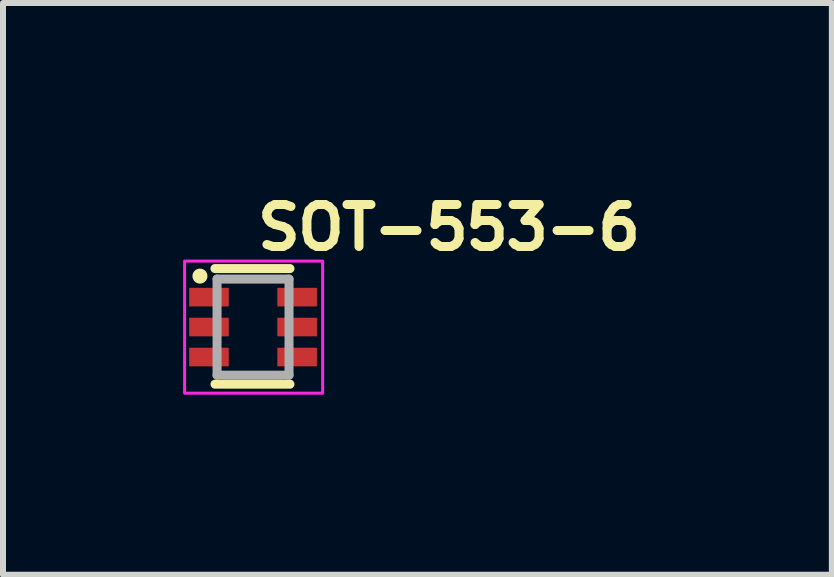
<source format=kicad_pcb>
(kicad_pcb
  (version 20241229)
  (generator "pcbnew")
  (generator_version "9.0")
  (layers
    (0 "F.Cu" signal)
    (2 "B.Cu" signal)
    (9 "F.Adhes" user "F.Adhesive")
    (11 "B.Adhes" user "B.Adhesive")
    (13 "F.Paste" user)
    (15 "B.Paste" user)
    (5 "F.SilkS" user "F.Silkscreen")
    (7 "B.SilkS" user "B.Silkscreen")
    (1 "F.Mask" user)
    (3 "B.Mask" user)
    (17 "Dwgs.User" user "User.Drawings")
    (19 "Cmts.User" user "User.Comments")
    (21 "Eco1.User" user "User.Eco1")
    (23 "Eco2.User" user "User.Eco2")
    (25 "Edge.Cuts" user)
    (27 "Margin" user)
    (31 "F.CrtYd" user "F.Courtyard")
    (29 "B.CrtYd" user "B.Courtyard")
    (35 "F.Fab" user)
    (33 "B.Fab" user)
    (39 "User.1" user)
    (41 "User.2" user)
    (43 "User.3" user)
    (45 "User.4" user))
  (footprint "SOT-553-6"
    (layer "F.Cu")
    (at 1.165 2.4)
    (property "Reference" "SOT-553-6" (at 0 -1.25 0) (layer "F.SilkS") (effects (font (size 0.7 0.7) (thickness 0.15)) (justify left bottom)))
    (attr smd)
    (fp_line (start -0.634 -0.976) (end 0.616 -0.976) (stroke (width 0.15) (type solid)) (layer "F.SilkS"))
    (fp_line (start -0.634 0.95) (end 0.616 0.95) (stroke (width 0.15) (type solid)) (layer "F.SilkS"))
    (fp_circle (center -0.884 -0.85) (end -0.834 -0.85) (stroke (width 0.15) (type solid)) (fill yes) (layer "F.SilkS"))
    (fp_rect (start -1.14 -1.1) (end 1.16 1.1) (stroke (width 0.05) (type solid)) (fill no) (layer "F.CrtYd"))
    (fp_line (start -0.599 -0.801) (end 0.6 -0.801) (stroke (width 0.15) (type solid)) (layer "F.Fab"))
    (fp_line (start -0.599 0.8) (end -0.599 -0.801) (stroke (width 0.15) (type solid)) (layer "F.Fab"))
    (fp_line (start 0.6 -0.801) (end 0.6 0.8) (stroke (width 0.15) (type solid)) (layer "F.Fab"))
    (fp_line (start 0.6 0.8) (end -0.599 0.8) (stroke (width 0.15) (type solid)) (layer "F.Fab"))
    (fp_rect (start -0.801 -0.801) (end 0.8 0.8) (stroke (width 0.1) (type solid)) (fill no) (layer "User.5"))
    (fp_line (start -0.801 -0.605) (end -0.801 -0.396) (stroke (width 0.02) (type solid)) (layer "User.9"))
    (fp_line (start -0.801 -0.396) (end -0.594 -0.396) (stroke (width 0.02) (type solid)) (layer "User.9"))
    (fp_line (start -0.801 -0.105) (end -0.801 0.103) (stroke (width 0.02) (type solid)) (layer "User.9"))
    (fp_line (start -0.801 0.103) (end -0.594 0.103) (stroke (width 0.02) (type solid)) (layer "User.9"))
    (fp_line (start -0.801 0.393) (end -0.801 0.604) (stroke (width 0.02) (type solid)) (layer "User.9"))
    (fp_line (start -0.801 0.604) (end -0.594 0.604) (stroke (width 0.02) (type solid)) (layer "User.9"))
    (fp_line (start -0.599 -0.738) (end -0.599 -0.734) (stroke (width 0.02) (type solid)) (layer "User.9"))
    (fp_line (start -0.599 -0.734) (end -0.599 -0.73) (stroke (width 0.02) (type solid)) (layer "User.9"))
    (fp_line (start -0.599 -0.73) (end -0.599 -0.726) (stroke (width 0.02) (type solid)) (layer "User.9"))
    (fp_line (start -0.599 -0.726) (end -0.599 -0.605) (stroke (width 0.02) (type solid)) (layer "User.9"))
    (fp_line (start -0.599 -0.396) (end -0.599 -0.105) (stroke (width 0.02) (type solid)) (layer "User.9"))
    (fp_line (start -0.599 0.103) (end -0.599 0.393) (stroke (width 0.02) (type solid)) (layer "User.9"))
    (fp_line (start -0.599 0.604) (end -0.599 0.725) (stroke (width 0.02) (type solid)) (layer "User.9"))
    (fp_line (start -0.599 0.725) (end -0.599 0.727) (stroke (width 0.02) (type solid)) (layer "User.9"))
    (fp_line (start -0.599 0.727) (end -0.599 0.731) (stroke (width 0.02) (type solid)) (layer "User.9"))
    (fp_line (start -0.599 0.731) (end -0.599 0.735) (stroke (width 0.02) (type solid)) (layer "User.9"))
    (fp_line (start -0.599 0.735) (end -0.598 0.739) (stroke (width 0.02) (type solid)) (layer "User.9"))
    (fp_line (start -0.598 -0.74) (end -0.599 -0.738) (stroke (width 0.02) (type solid)) (layer "User.9"))
    (fp_line (start -0.598 0.739) (end -0.597 0.743) (stroke (width 0.02) (type solid)) (layer "User.9"))
    (fp_line (start -0.597 -0.744) (end -0.598 -0.74) (stroke (width 0.02) (type solid)) (layer "User.9"))
    (fp_line (start -0.597 0.743) (end -0.596 0.745) (stroke (width 0.02) (type solid)) (layer "User.9"))
    (fp_line (start -0.596 -0.747) (end -0.597 -0.744) (stroke (width 0.02) (type solid)) (layer "User.9"))
    (fp_line (start -0.596 0.745) (end -0.595 0.749) (stroke (width 0.02) (type solid)) (layer "User.9"))
    (fp_line (start -0.595 -0.751) (end -0.596 -0.747) (stroke (width 0.02) (type solid)) (layer "User.9"))
    (fp_line (start -0.595 0.749) (end -0.594 0.753) (stroke (width 0.02) (type solid)) (layer "User.9"))
    (fp_line (start -0.594 -0.754) (end -0.595 -0.751) (stroke (width 0.02) (type solid)) (layer "User.9"))
    (fp_line (start -0.594 -0.605) (end -0.801 -0.605) (stroke (width 0.02) (type solid)) (layer "User.9"))
    (fp_line (start -0.594 -0.605) (end -0.594 -0.396) (stroke (width 0.02) (type solid)) (layer "User.9"))
    (fp_line (start -0.594 -0.105) (end -0.801 -0.105) (stroke (width 0.02) (type solid)) (layer "User.9"))
    (fp_line (start -0.594 -0.105) (end -0.594 0.103) (stroke (width 0.02) (type solid)) (layer "User.9"))
    (fp_line (start -0.594 0.393) (end -0.801 0.393) (stroke (width 0.02) (type solid)) (layer "User.9"))
    (fp_line (start -0.594 0.393) (end -0.594 0.604) (stroke (width 0.02) (type solid)) (layer "User.9"))
    (fp_line (start -0.594 0.753) (end -0.592 0.757) (stroke (width 0.02) (type solid)) (layer "User.9"))
    (fp_line (start -0.592 -0.759) (end -0.594 -0.754) (stroke (width 0.02) (type solid)) (layer "User.9"))
    (fp_line (start -0.592 0.757) (end -0.591 0.759) (stroke (width 0.02) (type solid)) (layer "User.9"))
    (fp_line (start -0.591 -0.762) (end -0.592 -0.759) (stroke (width 0.02) (type solid)) (layer "User.9"))
    (fp_line (start -0.591 0.759) (end -0.59 0.763) (stroke (width 0.02) (type solid)) (layer "User.9"))
    (fp_line (start -0.59 -0.765) (end -0.591 -0.762) (stroke (width 0.02) (type solid)) (layer "User.9"))
    (fp_line (start -0.59 0.763) (end -0.588 0.765) (stroke (width 0.02) (type solid)) (layer "User.9"))
    (fp_line (start -0.588 -0.768) (end -0.59 -0.765) (stroke (width 0.02) (type solid)) (layer "User.9"))
    (fp_line (start -0.588 0.765) (end -0.586 0.769) (stroke (width 0.02) (type solid)) (layer "User.9"))
    (fp_line (start -0.586 -0.771) (end -0.588 -0.768) (stroke (width 0.02) (type solid)) (layer "User.9"))
    (fp_line (start -0.586 0.769) (end -0.584 0.771) (stroke (width 0.02) (type solid)) (layer "User.9"))
    (fp_line (start -0.584 -0.774) (end -0.586 -0.771) (stroke (width 0.02) (type solid)) (layer "User.9"))
    (fp_line (start -0.584 0.771) (end -0.581 0.775) (stroke (width 0.02) (type solid)) (layer "User.9"))
    (fp_line (start -0.581 -0.777) (end -0.584 -0.774) (stroke (width 0.02) (type solid)) (layer "User.9"))
    (fp_line (start -0.581 0.775) (end -0.579 0.777) (stroke (width 0.02) (type solid)) (layer "User.9"))
    (fp_line (start -0.579 -0.78) (end -0.581 -0.777) (stroke (width 0.02) (type solid)) (layer "User.9"))
    (fp_line (start -0.579 -0.78) (end -0.579 -0.78) (stroke (width 0.02) (type solid)) (layer "User.9"))
    (fp_line (start -0.579 0.777) (end -0.579 0.777) (stroke (width 0.02) (type solid)) (layer "User.9"))
    (fp_line (start -0.579 0.777) (end -0.576 0.78) (stroke (width 0.02) (type solid)) (layer "User.9"))
    (fp_line (start -0.576 -0.782) (end -0.579 -0.78) (stroke (width 0.02) (type solid)) (layer "User.9"))
    (fp_line (start -0.576 0.78) (end -0.572 0.782) (stroke (width 0.02) (type solid)) (layer "User.9"))
    (fp_line (start -0.572 -0.785) (end -0.576 -0.782) (stroke (width 0.02) (type solid)) (layer "User.9"))
    (fp_line (start -0.572 0.782) (end -0.569 0.784) (stroke (width 0.02) (type solid)) (layer "User.9"))
    (fp_line (start -0.569 -0.787) (end -0.572 -0.785) (stroke (width 0.02) (type solid)) (layer "User.9"))
    (fp_line (start -0.569 0.784) (end -0.566 0.786) (stroke (width 0.02) (type solid)) (layer "User.9"))
    (fp_line (start -0.566 -0.789) (end -0.569 -0.787) (stroke (width 0.02) (type solid)) (layer "User.9"))
    (fp_line (start -0.566 0.786) (end -0.563 0.788) (stroke (width 0.02) (type solid)) (layer "User.9"))
    (fp_line (start -0.563 -0.79) (end -0.566 -0.789) (stroke (width 0.02) (type solid)) (layer "User.9"))
    (fp_line (start -0.563 0.788) (end -0.561 0.79) (stroke (width 0.02) (type solid)) (layer "User.9"))
    (fp_line (start -0.561 -0.792) (end -0.563 -0.79) (stroke (width 0.02) (type solid)) (layer "User.9"))
    (fp_line (start -0.561 -0.736) (end -0.561 -0.734) (stroke (width 0.02) (type solid)) (layer "User.9"))
    (fp_line (start -0.561 -0.734) (end -0.561 -0.732) (stroke (width 0.02) (type solid)) (layer "User.9"))
    (fp_line (start -0.561 -0.732) (end -0.561 -0.73) (stroke (width 0.02) (type solid)) (layer "User.9"))
    (fp_line (start -0.561 -0.73) (end -0.561 -0.728) (stroke (width 0.02) (type solid)) (layer "User.9"))
    (fp_line (start -0.561 -0.728) (end -0.561 -0.726) (stroke (width 0.02) (type solid)) (layer "User.9"))
    (fp_line (start -0.561 -0.726) (end -0.561 0.725) (stroke (width 0.02) (type solid)) (layer "User.9"))
    (fp_line (start -0.561 0.725) (end -0.561 0.725) (stroke (width 0.02) (type solid)) (layer "User.9"))
    (fp_line (start -0.561 0.725) (end -0.561 0.727) (stroke (width 0.02) (type solid)) (layer "User.9"))
    (fp_line (start -0.561 0.727) (end -0.561 0.729) (stroke (width 0.02) (type solid)) (layer "User.9"))
    (fp_line (start -0.561 0.729) (end -0.561 0.731) (stroke (width 0.02) (type solid)) (layer "User.9"))
    (fp_line (start -0.561 0.731) (end -0.561 0.733) (stroke (width 0.02) (type solid)) (layer "User.9"))
    (fp_line (start -0.561 0.733) (end -0.559 0.735) (stroke (width 0.02) (type solid)) (layer "User.9"))
    (fp_line (start -0.561 0.79) (end -0.559 0.792) (stroke (width 0.02) (type solid)) (layer "User.9"))
    (fp_line (start -0.559 -0.793) (end -0.561 -0.792) (stroke (width 0.02) (type solid)) (layer "User.9"))
    (fp_line (start -0.559 -0.743) (end -0.559 -0.741) (stroke (width 0.02) (type solid)) (layer "User.9"))
    (fp_line (start -0.559 -0.741) (end -0.559 -0.74) (stroke (width 0.02) (type solid)) (layer "User.9"))
    (fp_line (start -0.559 -0.74) (end -0.559 -0.739) (stroke (width 0.02) (type solid)) (layer "User.9"))
    (fp_line (start -0.559 -0.739) (end -0.559 -0.737) (stroke (width 0.02) (type solid)) (layer "User.9"))
    (fp_line (start -0.559 -0.737) (end -0.561 -0.736) (stroke (width 0.02) (type solid)) (layer "User.9"))
    (fp_line (start -0.559 0.735) (end -0.559 0.737) (stroke (width 0.02) (type solid)) (layer "User.9"))
    (fp_line (start -0.559 0.737) (end -0.559 0.739) (stroke (width 0.02) (type solid)) (layer "User.9"))
    (fp_line (start -0.559 0.739) (end -0.559 0.739) (stroke (width 0.02) (type solid)) (layer "User.9"))
    (fp_line (start -0.559 0.739) (end -0.559 0.741) (stroke (width 0.02) (type solid)) (layer "User.9"))
    (fp_line (start -0.559 0.741) (end -0.557 0.743) (stroke (width 0.02) (type solid)) (layer "User.9"))
    (fp_line (start -0.559 0.792) (end -0.555 0.794) (stroke (width 0.02) (type solid)) (layer "User.9"))
    (fp_line (start -0.557 -0.746) (end -0.557 -0.744) (stroke (width 0.02) (type solid)) (layer "User.9"))
    (fp_line (start -0.557 -0.744) (end -0.559 -0.743) (stroke (width 0.02) (type solid)) (layer "User.9"))
    (fp_line (start -0.557 0.743) (end -0.557 0.745) (stroke (width 0.02) (type solid)) (layer "User.9"))
    (fp_line (start -0.557 0.745) (end -0.555 0.745) (stroke (width 0.02) (type solid)) (layer "User.9"))
    (fp_line (start -0.555 -0.795) (end -0.559 -0.793) (stroke (width 0.02) (type solid)) (layer "User.9"))
    (fp_line (start -0.555 -0.749) (end -0.555 -0.747) (stroke (width 0.02) (type solid)) (layer "User.9"))
    (fp_line (start -0.555 -0.747) (end -0.557 -0.746) (stroke (width 0.02) (type solid)) (layer "User.9"))
    (fp_line (start -0.555 0.745) (end -0.555 0.747) (stroke (width 0.02) (type solid)) (layer "User.9"))
    (fp_line (start -0.555 0.747) (end -0.553 0.749) (stroke (width 0.02) (type solid)) (layer "User.9"))
    (fp_line (start -0.555 0.794) (end -0.551 0.794) (stroke (width 0.02) (type solid)) (layer "User.9"))
    (fp_line (start -0.553 -0.75) (end -0.555 -0.749) (stroke (width 0.02) (type solid)) (layer "User.9"))
    (fp_line (start -0.553 0.749) (end -0.551 0.749) (stroke (width 0.02) (type solid)) (layer "User.9"))
    (fp_line (start -0.551 -0.796) (end -0.555 -0.795) (stroke (width 0.02) (type solid)) (layer "User.9"))
    (fp_line (start -0.551 -0.753) (end -0.551 -0.751) (stroke (width 0.02) (type solid)) (layer "User.9"))
    (fp_line (start -0.551 -0.751) (end -0.553 -0.75) (stroke (width 0.02) (type solid)) (layer "User.9"))
    (fp_line (start -0.551 0.749) (end -0.551 0.751) (stroke (width 0.02) (type solid)) (layer "User.9"))
    (fp_line (start -0.551 0.751) (end -0.549 0.753) (stroke (width 0.02) (type solid)) (layer "User.9"))
    (fp_line (start -0.551 0.794) (end -0.547 0.796) (stroke (width 0.02) (type solid)) (layer "User.9"))
    (fp_line (start -0.549 -0.754) (end -0.551 -0.753) (stroke (width 0.02) (type solid)) (layer "User.9"))
    (fp_line (start -0.549 0.753) (end -0.547 0.753) (stroke (width 0.02) (type solid)) (layer "User.9"))
    (fp_line (start -0.547 -0.797) (end -0.551 -0.796) (stroke (width 0.02) (type solid)) (layer "User.9"))
    (fp_line (start -0.547 -0.756) (end -0.547 -0.755) (stroke (width 0.02) (type solid)) (layer "User.9"))
    (fp_line (start -0.547 -0.755) (end -0.549 -0.754) (stroke (width 0.02) (type solid)) (layer "User.9"))
    (fp_line (start -0.547 0.753) (end -0.547 0.755) (stroke (width 0.02) (type solid)) (layer "User.9"))
    (fp_line (start -0.547 0.755) (end -0.545 0.755) (stroke (width 0.02) (type solid)) (layer "User.9"))
    (fp_line (start -0.547 0.796) (end -0.545 0.796) (stroke (width 0.02) (type solid)) (layer "User.9"))
    (fp_line (start -0.545 -0.798) (end -0.547 -0.797) (stroke (width 0.02) (type solid)) (layer "User.9"))
    (fp_line (start -0.545 -0.758) (end -0.547 -0.756) (stroke (width 0.02) (type solid)) (layer "User.9"))
    (fp_line (start -0.545 0.755) (end -0.543 0.757) (stroke (width 0.02) (type solid)) (layer "User.9"))
    (fp_line (start -0.545 0.796) (end -0.539 0.798) (stroke (width 0.02) (type solid)) (layer "User.9"))
    (fp_line (start -0.543 -0.759) (end -0.545 -0.758) (stroke (width 0.02) (type solid)) (layer "User.9"))
    (fp_line (start -0.543 0.757) (end -0.541 0.757) (stroke (width 0.02) (type solid)) (layer "User.9"))
    (fp_line (start -0.541 -0.759) (end -0.543 -0.759) (stroke (width 0.02) (type solid)) (layer "User.9"))
    (fp_line (start -0.541 0.757) (end -0.539 0.757) (stroke (width 0.02) (type solid)) (layer "User.9"))
    (fp_line (start -0.539 -0.799) (end -0.545 -0.798) (stroke (width 0.02) (type solid)) (layer "User.9"))
    (fp_line (start -0.539 -0.76) (end -0.541 -0.759) (stroke (width 0.02) (type solid)) (layer "User.9"))
    (fp_line (start -0.539 0.757) (end -0.537 0.759) (stroke (width 0.02) (type solid)) (layer "User.9"))
    (fp_line (start -0.539 0.798) (end -0.537 0.798) (stroke (width 0.02) (type solid)) (layer "User.9"))
    (fp_line (start -0.537 -0.8) (end -0.539 -0.799) (stroke (width 0.02) (type solid)) (layer "User.9"))
    (fp_line (start -0.537 -0.761) (end -0.539 -0.76) (stroke (width 0.02) (type solid)) (layer "User.9"))
    (fp_line (start -0.537 0.759) (end -0.535 0.759) (stroke (width 0.02) (type solid)) (layer "User.9"))
    (fp_line (start -0.537 0.798) (end -0.533 0.798) (stroke (width 0.02) (type solid)) (layer "User.9"))
    (fp_line (start -0.535 -0.762) (end -0.535 -0.761) (stroke (width 0.02) (type solid)) (layer "User.9"))
    (fp_line (start -0.535 -0.761) (end -0.537 -0.761) (stroke (width 0.02) (type solid)) (layer "User.9"))
    (fp_line (start -0.535 0.759) (end -0.535 0.759) (stroke (width 0.02) (type solid)) (layer "User.9"))
    (fp_line (start -0.535 0.759) (end -0.533 0.759) (stroke (width 0.02) (type solid)) (layer "User.9"))
    (fp_line (start -0.533 -0.8) (end -0.537 -0.8) (stroke (width 0.02) (type solid)) (layer "User.9"))
    (fp_line (start -0.533 -0.762) (end -0.535 -0.762) (stroke (width 0.02) (type solid)) (layer "User.9"))
    (fp_line (start -0.533 0.759) (end -0.531 0.761) (stroke (width 0.02) (type solid)) (layer "User.9"))
    (fp_line (start -0.533 0.798) (end -0.529 0.798) (stroke (width 0.02) (type solid)) (layer "User.9"))
    (fp_line (start -0.531 -0.763) (end -0.533 -0.762) (stroke (width 0.02) (type solid)) (layer "User.9"))
    (fp_line (start -0.531 0.761) (end -0.529 0.761) (stroke (width 0.02) (type solid)) (layer "User.9"))
    (fp_line (start -0.529 -0.8) (end -0.533 -0.8) (stroke (width 0.02) (type solid)) (layer "User.9"))
    (fp_line (start -0.529 -0.763) (end -0.531 -0.763) (stroke (width 0.02) (type solid)) (layer "User.9"))
    (fp_line (start -0.529 0.761) (end -0.527 0.761) (stroke (width 0.02) (type solid)) (layer "User.9"))
    (fp_line (start -0.529 0.798) (end -0.527 0.8) (stroke (width 0.02) (type solid)) (layer "User.9"))
    (fp_line (start -0.527 -0.801) (end -0.529 -0.8) (stroke (width 0.02) (type solid)) (layer "User.9"))
    (fp_line (start -0.527 -0.763) (end -0.529 -0.763) (stroke (width 0.02) (type solid)) (layer "User.9"))
    (fp_line (start -0.527 -0.763) (end -0.527 -0.763) (stroke (width 0.02) (type solid)) (layer "User.9"))
    (fp_line (start -0.527 0.761) (end -0.527 0.761) (stroke (width 0.02) (type solid)) (layer "User.9"))
    (fp_line (start -0.527 0.761) (end 0.524 0.761) (stroke (width 0.02) (type solid)) (layer "User.9"))
    (fp_line (start -0.527 0.8) (end 0.524 0.8) (stroke (width 0.02) (type solid)) (layer "User.9"))
    (fp_line (start -0.467 -0.61) (end -0.467 -0.606) (stroke (width 0.02) (type solid)) (layer "User.9"))
    (fp_line (start -0.467 -0.61) (end -0.467 -0.606) (stroke (width 0.02) (type solid)) (layer "User.9"))
    (fp_line (start -0.467 -0.606) (end -0.467 -0.603) (stroke (width 0.02) (type solid)) (layer "User.9"))
    (fp_line (start -0.467 -0.606) (end -0.467 -0.603) (stroke (width 0.02) (type solid)) (layer "User.9"))
    (fp_line (start -0.467 -0.603) (end -0.466 -0.599) (stroke (width 0.02) (type solid)) (layer "User.9"))
    (fp_line (start -0.467 -0.603) (end -0.466 -0.599) (stroke (width 0.02) (type solid)) (layer "User.9"))
    (fp_line (start -0.466 -0.62) (end -0.466 -0.616) (stroke (width 0.02) (type solid)) (layer "User.9"))
    (fp_line (start -0.466 -0.62) (end -0.466 -0.616) (stroke (width 0.02) (type solid)) (layer "User.9"))
    (fp_line (start -0.466 -0.616) (end -0.467 -0.61) (stroke (width 0.02) (type solid)) (layer "User.9"))
    (fp_line (start -0.466 -0.616) (end -0.467 -0.61) (stroke (width 0.02) (type solid)) (layer "User.9"))
    (fp_line (start -0.466 -0.599) (end -0.466 -0.594) (stroke (width 0.02) (type solid)) (layer "User.9"))
    (fp_line (start -0.466 -0.599) (end -0.466 -0.594) (stroke (width 0.02) (type solid)) (layer "User.9"))
    (fp_line (start -0.466 -0.594) (end -0.465 -0.59) (stroke (width 0.02) (type solid)) (layer "User.9"))
    (fp_line (start -0.466 -0.594) (end -0.465 -0.59) (stroke (width 0.02) (type solid)) (layer "User.9"))
    (fp_line (start -0.465 -0.623) (end -0.466 -0.62) (stroke (width 0.02) (type solid)) (layer "User.9"))
    (fp_line (start -0.465 -0.623) (end -0.466 -0.62) (stroke (width 0.02) (type solid)) (layer "User.9"))
    (fp_line (start -0.465 -0.59) (end -0.464 -0.587) (stroke (width 0.02) (type solid)) (layer "User.9"))
    (fp_line (start -0.465 -0.59) (end -0.464 -0.587) (stroke (width 0.02) (type solid)) (layer "User.9"))
    (fp_line (start -0.464 -0.627) (end -0.465 -0.623) (stroke (width 0.02) (type solid)) (layer "User.9"))
    (fp_line (start -0.464 -0.627) (end -0.465 -0.623) (stroke (width 0.02) (type solid)) (layer "User.9"))
    (fp_line (start -0.464 -0.587) (end -0.462 -0.583) (stroke (width 0.02) (type solid)) (layer "User.9"))
    (fp_line (start -0.464 -0.587) (end -0.462 -0.583) (stroke (width 0.02) (type solid)) (layer "User.9"))
    (fp_line (start -0.462 -0.632) (end -0.464 -0.627) (stroke (width 0.02) (type solid)) (layer "User.9"))
    (fp_line (start -0.462 -0.632) (end -0.464 -0.627) (stroke (width 0.02) (type solid)) (layer "User.9"))
    (fp_line (start -0.462 -0.583) (end -0.46 -0.578) (stroke (width 0.02) (type solid)) (layer "User.9"))
    (fp_line (start -0.462 -0.583) (end -0.46 -0.578) (stroke (width 0.02) (type solid)) (layer "User.9"))
    (fp_line (start -0.46 -0.635) (end -0.462 -0.632) (stroke (width 0.02) (type solid)) (layer "User.9"))
    (fp_line (start -0.46 -0.635) (end -0.462 -0.632) (stroke (width 0.02) (type solid)) (layer "User.9"))
    (fp_line (start -0.46 -0.578) (end -0.458 -0.574) (stroke (width 0.02) (type solid)) (layer "User.9"))
    (fp_line (start -0.46 -0.578) (end -0.458 -0.574) (stroke (width 0.02) (type solid)) (layer "User.9"))
    (fp_line (start -0.458 -0.639) (end -0.46 -0.635) (stroke (width 0.02) (type solid)) (layer "User.9"))
    (fp_line (start -0.458 -0.639) (end -0.46 -0.635) (stroke (width 0.02) (type solid)) (layer "User.9"))
    (fp_line (start -0.458 -0.639) (end -0.458 -0.639) (stroke (width 0.02) (type solid)) (layer "User.9"))
    (fp_line (start -0.458 -0.639) (end -0.458 -0.639) (stroke (width 0.02) (type solid)) (layer "User.9"))
    (fp_line (start -0.458 -0.574) (end -0.458 -0.574) (stroke (width 0.02) (type solid)) (layer "User.9"))
    (fp_line (start -0.458 -0.574) (end -0.458 -0.574) (stroke (width 0.02) (type solid)) (layer "User.9"))
    (fp_line (start -0.458 -0.574) (end -0.457 -0.573) (stroke (width 0.02) (type solid)) (layer "User.9"))
    (fp_line (start -0.458 -0.574) (end -0.457 -0.573) (stroke (width 0.02) (type solid)) (layer "User.9"))
    (fp_line (start -0.457 -0.573) (end -0.456 -0.572) (stroke (width 0.02) (type solid)) (layer "User.9"))
    (fp_line (start -0.457 -0.573) (end -0.456 -0.572) (stroke (width 0.02) (type solid)) (layer "User.9"))
    (fp_line (start -0.456 -0.643) (end -0.458 -0.639) (stroke (width 0.02) (type solid)) (layer "User.9"))
    (fp_line (start -0.456 -0.643) (end -0.458 -0.639) (stroke (width 0.02) (type solid)) (layer "User.9"))
    (fp_line (start -0.456 -0.572) (end -0.455 -0.57) (stroke (width 0.02) (type solid)) (layer "User.9"))
    (fp_line (start -0.456 -0.572) (end -0.455 -0.57) (stroke (width 0.02) (type solid)) (layer "User.9"))
    (fp_line (start -0.455 -0.57) (end -0.454 -0.568) (stroke (width 0.02) (type solid)) (layer "User.9"))
    (fp_line (start -0.455 -0.57) (end -0.454 -0.568) (stroke (width 0.02) (type solid)) (layer "User.9"))
    (fp_line (start -0.454 -0.645) (end -0.456 -0.643) (stroke (width 0.02) (type solid)) (layer "User.9"))
    (fp_line (start -0.454 -0.645) (end -0.456 -0.643) (stroke (width 0.02) (type solid)) (layer "User.9"))
    (fp_line (start -0.454 -0.568) (end -0.453 -0.567) (stroke (width 0.02) (type solid)) (layer "User.9"))
    (fp_line (start -0.454 -0.568) (end -0.453 -0.567) (stroke (width 0.02) (type solid)) (layer "User.9"))
    (fp_line (start -0.453 -0.567) (end -0.452 -0.564) (stroke (width 0.02) (type solid)) (layer "User.9"))
    (fp_line (start -0.453 -0.567) (end -0.452 -0.564) (stroke (width 0.02) (type solid)) (layer "User.9"))
    (fp_line (start -0.452 -0.648) (end -0.454 -0.645) (stroke (width 0.02) (type solid)) (layer "User.9"))
    (fp_line (start -0.452 -0.648) (end -0.454 -0.645) (stroke (width 0.02) (type solid)) (layer "User.9"))
    (fp_line (start -0.452 -0.564) (end -0.451 -0.563) (stroke (width 0.02) (type solid)) (layer "User.9"))
    (fp_line (start -0.452 -0.564) (end -0.451 -0.563) (stroke (width 0.02) (type solid)) (layer "User.9"))
    (fp_line (start -0.451 -0.563) (end -0.448 -0.561) (stroke (width 0.02) (type solid)) (layer "User.9"))
    (fp_line (start -0.451 -0.563) (end -0.448 -0.561) (stroke (width 0.02) (type solid)) (layer "User.9"))
    (fp_line (start -0.448 -0.651) (end -0.452 -0.648) (stroke (width 0.02) (type solid)) (layer "User.9"))
    (fp_line (start -0.448 -0.651) (end -0.452 -0.648) (stroke (width 0.02) (type solid)) (layer "User.9"))
    (fp_line (start -0.448 -0.561) (end -0.447 -0.56) (stroke (width 0.02) (type solid)) (layer "User.9"))
    (fp_line (start -0.448 -0.561) (end -0.447 -0.56) (stroke (width 0.02) (type solid)) (layer "User.9"))
    (fp_line (start -0.447 -0.56) (end -0.446 -0.559) (stroke (width 0.02) (type solid)) (layer "User.9"))
    (fp_line (start -0.447 -0.56) (end -0.446 -0.559) (stroke (width 0.02) (type solid)) (layer "User.9"))
    (fp_line (start -0.446 -0.654) (end -0.448 -0.651) (stroke (width 0.02) (type solid)) (layer "User.9"))
    (fp_line (start -0.446 -0.654) (end -0.448 -0.651) (stroke (width 0.02) (type solid)) (layer "User.9"))
    (fp_line (start -0.446 -0.559) (end -0.445 -0.558) (stroke (width 0.02) (type solid)) (layer "User.9"))
    (fp_line (start -0.446 -0.559) (end -0.445 -0.558) (stroke (width 0.02) (type solid)) (layer "User.9"))
    (fp_line (start -0.445 -0.558) (end -0.443 -0.556) (stroke (width 0.02) (type solid)) (layer "User.9"))
    (fp_line (start -0.445 -0.558) (end -0.443 -0.556) (stroke (width 0.02) (type solid)) (layer "User.9"))
    (fp_line (start -0.443 -0.657) (end -0.446 -0.654) (stroke (width 0.02) (type solid)) (layer "User.9"))
    (fp_line (start -0.443 -0.657) (end -0.446 -0.654) (stroke (width 0.02) (type solid)) (layer "User.9"))
    (fp_line (start -0.443 -0.556) (end -0.441 -0.554) (stroke (width 0.02) (type solid)) (layer "User.9"))
    (fp_line (start -0.443 -0.556) (end -0.441 -0.554) (stroke (width 0.02) (type solid)) (layer "User.9"))
    (fp_line (start -0.441 -0.554) (end -0.44 -0.553) (stroke (width 0.02) (type solid)) (layer "User.9"))
    (fp_line (start -0.441 -0.554) (end -0.44 -0.553) (stroke (width 0.02) (type solid)) (layer "User.9"))
    (fp_line (start -0.44 -0.659) (end -0.443 -0.657) (stroke (width 0.02) (type solid)) (layer "User.9"))
    (fp_line (start -0.44 -0.659) (end -0.443 -0.657) (stroke (width 0.02) (type solid)) (layer "User.9"))
    (fp_line (start -0.44 -0.553) (end -0.438 -0.553) (stroke (width 0.02) (type solid)) (layer "User.9"))
    (fp_line (start -0.44 -0.553) (end -0.438 -0.553) (stroke (width 0.02) (type solid)) (layer "User.9"))
    (fp_line (start -0.438 -0.553) (end -0.436 -0.552) (stroke (width 0.02) (type solid)) (layer "User.9"))
    (fp_line (start -0.438 -0.553) (end -0.436 -0.552) (stroke (width 0.02) (type solid)) (layer "User.9"))
    (fp_line (start -0.436 -0.662) (end -0.44 -0.659) (stroke (width 0.02) (type solid)) (layer "User.9"))
    (fp_line (start -0.436 -0.662) (end -0.44 -0.659) (stroke (width 0.02) (type solid)) (layer "User.9"))
    (fp_line (start -0.436 -0.552) (end -0.434 -0.551) (stroke (width 0.02) (type solid)) (layer "User.9"))
    (fp_line (start -0.436 -0.552) (end -0.434 -0.551) (stroke (width 0.02) (type solid)) (layer "User.9"))
    (fp_line (start -0.434 -0.551) (end -0.432 -0.55) (stroke (width 0.02) (type solid)) (layer "User.9"))
    (fp_line (start -0.434 -0.551) (end -0.432 -0.55) (stroke (width 0.02) (type solid)) (layer "User.9"))
    (fp_line (start -0.432 -0.664) (end -0.436 -0.662) (stroke (width 0.02) (type solid)) (layer "User.9"))
    (fp_line (start -0.432 -0.664) (end -0.436 -0.662) (stroke (width 0.02) (type solid)) (layer "User.9"))
    (fp_line (start -0.432 -0.55) (end -0.431 -0.548) (stroke (width 0.02) (type solid)) (layer "User.9"))
    (fp_line (start -0.432 -0.55) (end -0.431 -0.548) (stroke (width 0.02) (type solid)) (layer "User.9"))
    (fp_line (start -0.431 -0.548) (end -0.429 -0.547) (stroke (width 0.02) (type solid)) (layer "User.9"))
    (fp_line (start -0.431 -0.548) (end -0.429 -0.547) (stroke (width 0.02) (type solid)) (layer "User.9"))
    (fp_line (start -0.429 -0.666) (end -0.432 -0.664) (stroke (width 0.02) (type solid)) (layer "User.9"))
    (fp_line (start -0.429 -0.666) (end -0.432 -0.664) (stroke (width 0.02) (type solid)) (layer "User.9"))
    (fp_line (start -0.429 -0.547) (end -0.427 -0.547) (stroke (width 0.02) (type solid)) (layer "User.9"))
    (fp_line (start -0.429 -0.547) (end -0.427 -0.547) (stroke (width 0.02) (type solid)) (layer "User.9"))
    (fp_line (start -0.427 -0.547) (end -0.425 -0.546) (stroke (width 0.02) (type solid)) (layer "User.9"))
    (fp_line (start -0.427 -0.547) (end -0.425 -0.546) (stroke (width 0.02) (type solid)) (layer "User.9"))
    (fp_line (start -0.425 -0.668) (end -0.429 -0.666) (stroke (width 0.02) (type solid)) (layer "User.9"))
    (fp_line (start -0.425 -0.668) (end -0.429 -0.666) (stroke (width 0.02) (type solid)) (layer "User.9"))
    (fp_line (start -0.425 -0.546) (end -0.423 -0.545) (stroke (width 0.02) (type solid)) (layer "User.9"))
    (fp_line (start -0.425 -0.546) (end -0.423 -0.545) (stroke (width 0.02) (type solid)) (layer "User.9"))
    (fp_line (start -0.423 -0.545) (end -0.421 -0.545) (stroke (width 0.02) (type solid)) (layer "User.9"))
    (fp_line (start -0.423 -0.545) (end -0.421 -0.545) (stroke (width 0.02) (type solid)) (layer "User.9"))
    (fp_line (start -0.421 -0.669) (end -0.425 -0.668) (stroke (width 0.02) (type solid)) (layer "User.9"))
    (fp_line (start -0.421 -0.669) (end -0.425 -0.668) (stroke (width 0.02) (type solid)) (layer "User.9"))
    (fp_line (start -0.421 -0.545) (end -0.419 -0.544) (stroke (width 0.02) (type solid)) (layer "User.9"))
    (fp_line (start -0.421 -0.545) (end -0.419 -0.544) (stroke (width 0.02) (type solid)) (layer "User.9"))
    (fp_line (start -0.419 -0.544) (end -0.417 -0.544) (stroke (width 0.02) (type solid)) (layer "User.9"))
    (fp_line (start -0.419 -0.544) (end -0.417 -0.544) (stroke (width 0.02) (type solid)) (layer "User.9"))
    (fp_line (start -0.417 -0.67) (end -0.421 -0.669) (stroke (width 0.02) (type solid)) (layer "User.9"))
    (fp_line (start -0.417 -0.67) (end -0.421 -0.669) (stroke (width 0.02) (type solid)) (layer "User.9"))
    (fp_line (start -0.417 -0.544) (end -0.414 -0.544) (stroke (width 0.02) (type solid)) (layer "User.9"))
    (fp_line (start -0.417 -0.544) (end -0.414 -0.544) (stroke (width 0.02) (type solid)) (layer "User.9"))
    (fp_line (start -0.414 -0.544) (end -0.412 -0.544) (stroke (width 0.02) (type solid)) (layer "User.9"))
    (fp_line (start -0.414 -0.544) (end -0.412 -0.544) (stroke (width 0.02) (type solid)) (layer "User.9"))
    (fp_line (start -0.412 -0.67) (end -0.417 -0.67) (stroke (width 0.02) (type solid)) (layer "User.9"))
    (fp_line (start -0.412 -0.67) (end -0.417 -0.67) (stroke (width 0.02) (type solid)) (layer "User.9"))
    (fp_line (start -0.412 -0.544) (end -0.41 -0.544) (stroke (width 0.02) (type solid)) (layer "User.9"))
    (fp_line (start -0.412 -0.544) (end -0.41 -0.544) (stroke (width 0.02) (type solid)) (layer "User.9"))
    (fp_line (start -0.41 -0.544) (end -0.407 -0.544) (stroke (width 0.02) (type solid)) (layer "User.9"))
    (fp_line (start -0.41 -0.544) (end -0.407 -0.544) (stroke (width 0.02) (type solid)) (layer "User.9"))
    (fp_line (start -0.407 -0.671) (end -0.412 -0.67) (stroke (width 0.02) (type solid)) (layer "User.9"))
    (fp_line (start -0.407 -0.671) (end -0.412 -0.67) (stroke (width 0.02) (type solid)) (layer "User.9"))
    (fp_line (start -0.407 -0.544) (end -0.405 -0.544) (stroke (width 0.02) (type solid)) (layer "User.9"))
    (fp_line (start -0.407 -0.544) (end -0.405 -0.544) (stroke (width 0.02) (type solid)) (layer "User.9"))
    (fp_line (start -0.405 -0.544) (end -0.403 -0.544) (stroke (width 0.02) (type solid)) (layer "User.9"))
    (fp_line (start -0.405 -0.544) (end -0.403 -0.544) (stroke (width 0.02) (type solid)) (layer "User.9"))
    (fp_line (start -0.403 -0.671) (end -0.407 -0.671) (stroke (width 0.02) (type solid)) (layer "User.9"))
    (fp_line (start -0.403 -0.671) (end -0.407 -0.671) (stroke (width 0.02) (type solid)) (layer "User.9"))
    (fp_line (start -0.403 -0.544) (end -0.399 -0.544) (stroke (width 0.02) (type solid)) (layer "User.9"))
    (fp_line (start -0.403 -0.544) (end -0.399 -0.544) (stroke (width 0.02) (type solid)) (layer "User.9"))
    (fp_line (start -0.401 -0.671) (end -0.403 -0.671) (stroke (width 0.02) (type solid)) (layer "User.9"))
    (fp_line (start -0.401 -0.671) (end -0.403 -0.671) (stroke (width 0.02) (type solid)) (layer "User.9"))
    (fp_line (start -0.399 -0.671) (end -0.401 -0.671) (stroke (width 0.02) (type solid)) (layer "User.9"))
    (fp_line (start -0.399 -0.671) (end -0.401 -0.671) (stroke (width 0.02) (type solid)) (layer "User.9"))
    (fp_line (start -0.399 -0.544) (end -0.395 -0.544) (stroke (width 0.02) (type solid)) (layer "User.9"))
    (fp_line (start -0.399 -0.544) (end -0.395 -0.544) (stroke (width 0.02) (type solid)) (layer "User.9"))
    (fp_line (start -0.397 -0.671) (end -0.399 -0.671) (stroke (width 0.02) (type solid)) (layer "User.9"))
    (fp_line (start -0.397 -0.671) (end -0.399 -0.671) (stroke (width 0.02) (type solid)) (layer "User.9"))
    (fp_line (start -0.395 -0.67) (end -0.397 -0.671) (stroke (width 0.02) (type solid)) (layer "User.9"))
    (fp_line (start -0.395 -0.67) (end -0.397 -0.671) (stroke (width 0.02) (type solid)) (layer "User.9"))
    (fp_line (start -0.395 -0.544) (end -0.391 -0.544) (stroke (width 0.02) (type solid)) (layer "User.9"))
    (fp_line (start -0.395 -0.544) (end -0.391 -0.544) (stroke (width 0.02) (type solid)) (layer "User.9"))
    (fp_line (start -0.393 -0.67) (end -0.395 -0.67) (stroke (width 0.02) (type solid)) (layer "User.9"))
    (fp_line (start -0.393 -0.67) (end -0.395 -0.67) (stroke (width 0.02) (type solid)) (layer "User.9"))
    (fp_line (start -0.391 -0.67) (end -0.393 -0.67) (stroke (width 0.02) (type solid)) (layer "User.9"))
    (fp_line (start -0.391 -0.67) (end -0.393 -0.67) (stroke (width 0.02) (type solid)) (layer "User.9"))
    (fp_line (start -0.391 -0.544) (end -0.388 -0.545) (stroke (width 0.02) (type solid)) (layer "User.9"))
    (fp_line (start -0.391 -0.544) (end -0.388 -0.545) (stroke (width 0.02) (type solid)) (layer "User.9"))
    (fp_line (start -0.39 -0.669) (end -0.391 -0.67) (stroke (width 0.02) (type solid)) (layer "User.9"))
    (fp_line (start -0.39 -0.669) (end -0.391 -0.67) (stroke (width 0.02) (type solid)) (layer "User.9"))
    (fp_line (start -0.388 -0.669) (end -0.39 -0.669) (stroke (width 0.02) (type solid)) (layer "User.9"))
    (fp_line (start -0.388 -0.669) (end -0.39 -0.669) (stroke (width 0.02) (type solid)) (layer "User.9"))
    (fp_line (start -0.388 -0.545) (end -0.383 -0.546) (stroke (width 0.02) (type solid)) (layer "User.9"))
    (fp_line (start -0.388 -0.545) (end -0.383 -0.546) (stroke (width 0.02) (type solid)) (layer "User.9"))
    (fp_line (start -0.386 -0.668) (end -0.388 -0.669) (stroke (width 0.02) (type solid)) (layer "User.9"))
    (fp_line (start -0.386 -0.668) (end -0.388 -0.669) (stroke (width 0.02) (type solid)) (layer "User.9"))
    (fp_line (start -0.383 -0.668) (end -0.386 -0.668) (stroke (width 0.02) (type solid)) (layer "User.9"))
    (fp_line (start -0.383 -0.668) (end -0.386 -0.668) (stroke (width 0.02) (type solid)) (layer "User.9"))
    (fp_line (start -0.383 -0.546) (end -0.38 -0.547) (stroke (width 0.02) (type solid)) (layer "User.9"))
    (fp_line (start -0.383 -0.546) (end -0.38 -0.547) (stroke (width 0.02) (type solid)) (layer "User.9"))
    (fp_line (start -0.382 -0.667) (end -0.383 -0.668) (stroke (width 0.02) (type solid)) (layer "User.9"))
    (fp_line (start -0.382 -0.667) (end -0.383 -0.668) (stroke (width 0.02) (type solid)) (layer "User.9"))
    (fp_line (start -0.38 -0.666) (end -0.382 -0.667) (stroke (width 0.02) (type solid)) (layer "User.9"))
    (fp_line (start -0.38 -0.666) (end -0.382 -0.667) (stroke (width 0.02) (type solid)) (layer "User.9"))
    (fp_line (start -0.38 -0.547) (end -0.376 -0.55) (stroke (width 0.02) (type solid)) (layer "User.9"))
    (fp_line (start -0.38 -0.547) (end -0.376 -0.55) (stroke (width 0.02) (type solid)) (layer "User.9"))
    (fp_line (start -0.378 -0.665) (end -0.38 -0.666) (stroke (width 0.02) (type solid)) (layer "User.9"))
    (fp_line (start -0.378 -0.665) (end -0.38 -0.666) (stroke (width 0.02) (type solid)) (layer "User.9"))
    (fp_line (start -0.376 -0.664) (end -0.378 -0.665) (stroke (width 0.02) (type solid)) (layer "User.9"))
    (fp_line (start -0.376 -0.664) (end -0.378 -0.665) (stroke (width 0.02) (type solid)) (layer "User.9"))
    (fp_line (start -0.376 -0.55) (end -0.372 -0.552) (stroke (width 0.02) (type solid)) (layer "User.9"))
    (fp_line (start -0.376 -0.55) (end -0.372 -0.552) (stroke (width 0.02) (type solid)) (layer "User.9"))
    (fp_line (start -0.374 -0.663) (end -0.376 -0.664) (stroke (width 0.02) (type solid)) (layer "User.9"))
    (fp_line (start -0.374 -0.663) (end -0.376 -0.664) (stroke (width 0.02) (type solid)) (layer "User.9"))
    (fp_line (start -0.372 -0.662) (end -0.374 -0.663) (stroke (width 0.02) (type solid)) (layer "User.9"))
    (fp_line (start -0.372 -0.662) (end -0.374 -0.663) (stroke (width 0.02) (type solid)) (layer "User.9"))
    (fp_line (start -0.372 -0.552) (end -0.369 -0.553) (stroke (width 0.02) (type solid)) (layer "User.9"))
    (fp_line (start -0.372 -0.552) (end -0.369 -0.553) (stroke (width 0.02) (type solid)) (layer "User.9"))
    (fp_line (start -0.371 -0.66) (end -0.372 -0.662) (stroke (width 0.02) (type solid)) (layer "User.9"))
    (fp_line (start -0.371 -0.66) (end -0.372 -0.662) (stroke (width 0.02) (type solid)) (layer "User.9"))
    (fp_line (start -0.369 -0.659) (end -0.371 -0.66) (stroke (width 0.02) (type solid)) (layer "User.9"))
    (fp_line (start -0.369 -0.659) (end -0.371 -0.66) (stroke (width 0.02) (type solid)) (layer "User.9"))
    (fp_line (start -0.369 -0.553) (end -0.365 -0.556) (stroke (width 0.02) (type solid)) (layer "User.9"))
    (fp_line (start -0.369 -0.553) (end -0.365 -0.556) (stroke (width 0.02) (type solid)) (layer "User.9"))
    (fp_line (start -0.367 -0.658) (end -0.369 -0.659) (stroke (width 0.02) (type solid)) (layer "User.9"))
    (fp_line (start -0.367 -0.658) (end -0.369 -0.659) (stroke (width 0.02) (type solid)) (layer "User.9"))
    (fp_line (start -0.365 -0.657) (end -0.367 -0.658) (stroke (width 0.02) (type solid)) (layer "User.9"))
    (fp_line (start -0.365 -0.657) (end -0.367 -0.658) (stroke (width 0.02) (type solid)) (layer "User.9"))
    (fp_line (start -0.365 -0.556) (end -0.362 -0.559) (stroke (width 0.02) (type solid)) (layer "User.9"))
    (fp_line (start -0.365 -0.556) (end -0.362 -0.559) (stroke (width 0.02) (type solid)) (layer "User.9"))
    (fp_line (start -0.364 -0.656) (end -0.365 -0.657) (stroke (width 0.02) (type solid)) (layer "User.9"))
    (fp_line (start -0.364 -0.656) (end -0.365 -0.657) (stroke (width 0.02) (type solid)) (layer "User.9"))
    (fp_line (start -0.362 -0.654) (end -0.364 -0.656) (stroke (width 0.02) (type solid)) (layer "User.9"))
    (fp_line (start -0.362 -0.654) (end -0.364 -0.656) (stroke (width 0.02) (type solid)) (layer "User.9"))
    (fp_line (start -0.362 -0.559) (end -0.359 -0.561) (stroke (width 0.02) (type solid)) (layer "User.9"))
    (fp_line (start -0.362 -0.559) (end -0.359 -0.561) (stroke (width 0.02) (type solid)) (layer "User.9"))
    (fp_line (start -0.361 -0.653) (end -0.362 -0.654) (stroke (width 0.02) (type solid)) (layer "User.9"))
    (fp_line (start -0.361 -0.653) (end -0.362 -0.654) (stroke (width 0.02) (type solid)) (layer "User.9"))
    (fp_line (start -0.359 -0.651) (end -0.361 -0.653) (stroke (width 0.02) (type solid)) (layer "User.9"))
    (fp_line (start -0.359 -0.651) (end -0.361 -0.653) (stroke (width 0.02) (type solid)) (layer "User.9"))
    (fp_line (start -0.359 -0.561) (end -0.356 -0.564) (stroke (width 0.02) (type solid)) (layer "User.9"))
    (fp_line (start -0.359 -0.561) (end -0.356 -0.564) (stroke (width 0.02) (type solid)) (layer "User.9"))
    (fp_line (start -0.358 -0.65) (end -0.359 -0.651) (stroke (width 0.02) (type solid)) (layer "User.9"))
    (fp_line (start -0.358 -0.65) (end -0.359 -0.651) (stroke (width 0.02) (type solid)) (layer "User.9"))
    (fp_line (start -0.356 -0.648) (end -0.358 -0.65) (stroke (width 0.02) (type solid)) (layer "User.9"))
    (fp_line (start -0.356 -0.648) (end -0.358 -0.65) (stroke (width 0.02) (type solid)) (layer "User.9"))
    (fp_line (start -0.356 -0.564) (end -0.354 -0.568) (stroke (width 0.02) (type solid)) (layer "User.9"))
    (fp_line (start -0.356 -0.564) (end -0.354 -0.568) (stroke (width 0.02) (type solid)) (layer "User.9"))
    (fp_line (start -0.355 -0.647) (end -0.356 -0.648) (stroke (width 0.02) (type solid)) (layer "User.9"))
    (fp_line (start -0.355 -0.647) (end -0.356 -0.648) (stroke (width 0.02) (type solid)) (layer "User.9"))
    (fp_line (start -0.354 -0.645) (end -0.355 -0.647) (stroke (width 0.02) (type solid)) (layer "User.9"))
    (fp_line (start -0.354 -0.645) (end -0.355 -0.647) (stroke (width 0.02) (type solid)) (layer "User.9"))
    (fp_line (start -0.354 -0.568) (end -0.35 -0.572) (stroke (width 0.02) (type solid)) (layer "User.9"))
    (fp_line (start -0.354 -0.568) (end -0.35 -0.572) (stroke (width 0.02) (type solid)) (layer "User.9"))
    (fp_line (start -0.352 -0.644) (end -0.354 -0.645) (stroke (width 0.02) (type solid)) (layer "User.9"))
    (fp_line (start -0.352 -0.644) (end -0.354 -0.645) (stroke (width 0.02) (type solid)) (layer "User.9"))
    (fp_line (start -0.35 -0.643) (end -0.352 -0.644) (stroke (width 0.02) (type solid)) (layer "User.9"))
    (fp_line (start -0.35 -0.643) (end -0.352 -0.644) (stroke (width 0.02) (type solid)) (layer "User.9"))
    (fp_line (start -0.35 -0.572) (end -0.348 -0.574) (stroke (width 0.02) (type solid)) (layer "User.9"))
    (fp_line (start -0.35 -0.572) (end -0.348 -0.574) (stroke (width 0.02) (type solid)) (layer "User.9"))
    (fp_line (start -0.349 -0.641) (end -0.35 -0.643) (stroke (width 0.02) (type solid)) (layer "User.9"))
    (fp_line (start -0.349 -0.641) (end -0.35 -0.643) (stroke (width 0.02) (type solid)) (layer "User.9"))
    (fp_line (start -0.348 -0.639) (end -0.349 -0.641) (stroke (width 0.02) (type solid)) (layer "User.9"))
    (fp_line (start -0.348 -0.639) (end -0.349 -0.641) (stroke (width 0.02) (type solid)) (layer "User.9"))
    (fp_line (start -0.348 -0.639) (end -0.348 -0.639) (stroke (width 0.02) (type solid)) (layer "User.9"))
    (fp_line (start -0.348 -0.639) (end -0.348 -0.639) (stroke (width 0.02) (type solid)) (layer "User.9"))
    (fp_line (start -0.348 -0.574) (end -0.348 -0.574) (stroke (width 0.02) (type solid)) (layer "User.9"))
    (fp_line (start -0.348 -0.574) (end -0.348 -0.574) (stroke (width 0.02) (type solid)) (layer "User.9"))
    (fp_line (start -0.348 -0.574) (end -0.346 -0.578) (stroke (width 0.02) (type solid)) (layer "User.9"))
    (fp_line (start -0.348 -0.574) (end -0.346 -0.578) (stroke (width 0.02) (type solid)) (layer "User.9"))
    (fp_line (start -0.346 -0.635) (end -0.348 -0.639) (stroke (width 0.02) (type solid)) (layer "User.9"))
    (fp_line (start -0.346 -0.635) (end -0.348 -0.639) (stroke (width 0.02) (type solid)) (layer "User.9"))
    (fp_line (start -0.346 -0.578) (end -0.344 -0.583) (stroke (width 0.02) (type solid)) (layer "User.9"))
    (fp_line (start -0.346 -0.578) (end -0.344 -0.583) (stroke (width 0.02) (type solid)) (layer "User.9"))
    (fp_line (start -0.344 -0.632) (end -0.346 -0.635) (stroke (width 0.02) (type solid)) (layer "User.9"))
    (fp_line (start -0.344 -0.632) (end -0.346 -0.635) (stroke (width 0.02) (type solid)) (layer "User.9"))
    (fp_line (start -0.344 -0.583) (end -0.343 -0.587) (stroke (width 0.02) (type solid)) (layer "User.9"))
    (fp_line (start -0.344 -0.583) (end -0.343 -0.587) (stroke (width 0.02) (type solid)) (layer "User.9"))
    (fp_line (start -0.343 -0.627) (end -0.344 -0.632) (stroke (width 0.02) (type solid)) (layer "User.9"))
    (fp_line (start -0.343 -0.627) (end -0.344 -0.632) (stroke (width 0.02) (type solid)) (layer "User.9"))
    (fp_line (start -0.343 -0.587) (end -0.342 -0.59) (stroke (width 0.02) (type solid)) (layer "User.9"))
    (fp_line (start -0.343 -0.587) (end -0.342 -0.59) (stroke (width 0.02) (type solid)) (layer "User.9"))
    (fp_line (start -0.342 -0.623) (end -0.343 -0.627) (stroke (width 0.02) (type solid)) (layer "User.9"))
    (fp_line (start -0.342 -0.623) (end -0.343 -0.627) (stroke (width 0.02) (type solid)) (layer "User.9"))
    (fp_line (start -0.342 -0.59) (end -0.341 -0.594) (stroke (width 0.02) (type solid)) (layer "User.9"))
    (fp_line (start -0.342 -0.59) (end -0.341 -0.594) (stroke (width 0.02) (type solid)) (layer "User.9"))
    (fp_line (start -0.341 -0.62) (end -0.342 -0.623) (stroke (width 0.02) (type solid)) (layer "User.9"))
    (fp_line (start -0.341 -0.62) (end -0.342 -0.623) (stroke (width 0.02) (type solid)) (layer "User.9"))
    (fp_line (start -0.341 -0.594) (end -0.34 -0.599) (stroke (width 0.02) (type solid)) (layer "User.9"))
    (fp_line (start -0.341 -0.594) (end -0.34 -0.599) (stroke (width 0.02) (type solid)) (layer "User.9"))
    (fp_line (start -0.34 -0.616) (end -0.341 -0.62) (stroke (width 0.02) (type solid)) (layer "User.9"))
    (fp_line (start -0.34 -0.616) (end -0.341 -0.62) (stroke (width 0.02) (type solid)) (layer "User.9"))
    (fp_line (start -0.34 -0.61) (end -0.34 -0.616) (stroke (width 0.02) (type solid)) (layer "User.9"))
    (fp_line (start -0.34 -0.61) (end -0.34 -0.616) (stroke (width 0.02) (type solid)) (layer "User.9"))
    (fp_line (start -0.34 -0.603) (end -0.339 -0.606) (stroke (width 0.02) (type solid)) (layer "User.9"))
    (fp_line (start -0.34 -0.603) (end -0.339 -0.606) (stroke (width 0.02) (type solid)) (layer "User.9"))
    (fp_line (start -0.34 -0.599) (end -0.34 -0.603) (stroke (width 0.02) (type solid)) (layer "User.9"))
    (fp_line (start -0.34 -0.599) (end -0.34 -0.603) (stroke (width 0.02) (type solid)) (layer "User.9"))
    (fp_line (start -0.339 -0.606) (end -0.34 -0.61) (stroke (width 0.02) (type solid)) (layer "User.9"))
    (fp_line (start -0.339 -0.606) (end -0.34 -0.61) (stroke (width 0.02) (type solid)) (layer "User.9"))
    (fp_line (start 0.524 -0.801) (end -0.527 -0.801) (stroke (width 0.02) (type solid)) (layer "User.9"))
    (fp_line (start 0.524 -0.763) (end -0.527 -0.763) (stroke (width 0.02) (type solid)) (layer "User.9"))
    (fp_line (start 0.524 0.761) (end 0.526 0.761) (stroke (width 0.02) (type solid)) (layer "User.9"))
    (fp_line (start 0.524 0.8) (end 0.528 0.798) (stroke (width 0.02) (type solid)) (layer "User.9"))
    (fp_line (start 0.526 -0.763) (end 0.524 -0.763) (stroke (width 0.02) (type solid)) (layer "User.9"))
    (fp_line (start 0.526 0.761) (end 0.528 0.761) (stroke (width 0.02) (type solid)) (layer "User.9"))
    (fp_line (start 0.528 -0.8) (end 0.524 -0.801) (stroke (width 0.02) (type solid)) (layer "User.9"))
    (fp_line (start 0.528 -0.763) (end 0.526 -0.763) (stroke (width 0.02) (type solid)) (layer "User.9"))
    (fp_line (start 0.528 0.761) (end 0.53 0.761) (stroke (width 0.02) (type solid)) (layer "User.9"))
    (fp_line (start 0.528 0.798) (end 0.532 0.798) (stroke (width 0.02) (type solid)) (layer "User.9"))
    (fp_line (start 0.53 -0.763) (end 0.528 -0.763) (stroke (width 0.02) (type solid)) (layer "User.9"))
    (fp_line (start 0.53 0.761) (end 0.532 0.759) (stroke (width 0.02) (type solid)) (layer "User.9"))
    (fp_line (start 0.532 -0.8) (end 0.528 -0.8) (stroke (width 0.02) (type solid)) (layer "User.9"))
    (fp_line (start 0.532 -0.762) (end 0.53 -0.763) (stroke (width 0.02) (type solid)) (layer "User.9"))
    (fp_line (start 0.532 0.759) (end 0.534 0.759) (stroke (width 0.02) (type solid)) (layer "User.9"))
    (fp_line (start 0.532 0.798) (end 0.536 0.798) (stroke (width 0.02) (type solid)) (layer "User.9"))
    (fp_line (start 0.534 -0.762) (end 0.532 -0.762) (stroke (width 0.02) (type solid)) (layer "User.9"))
    (fp_line (start 0.534 -0.761) (end 0.534 -0.762) (stroke (width 0.02) (type solid)) (layer "User.9"))
    (fp_line (start 0.534 0.759) (end 0.534 0.759) (stroke (width 0.02) (type solid)) (layer "User.9"))
    (fp_line (start 0.534 0.759) (end 0.536 0.759) (stroke (width 0.02) (type solid)) (layer "User.9"))
    (fp_line (start 0.536 -0.8) (end 0.532 -0.8) (stroke (width 0.02) (type solid)) (layer "User.9"))
    (fp_line (start 0.536 -0.761) (end 0.534 -0.761) (stroke (width 0.02) (type solid)) (layer "User.9"))
    (fp_line (start 0.536 0.759) (end 0.538 0.757) (stroke (width 0.02) (type solid)) (layer "User.9"))
    (fp_line (start 0.536 0.798) (end 0.538 0.798) (stroke (width 0.02) (type solid)) (layer "User.9"))
    (fp_line (start 0.538 -0.799) (end 0.536 -0.8) (stroke (width 0.02) (type solid)) (layer "User.9"))
    (fp_line (start 0.538 -0.76) (end 0.536 -0.761) (stroke (width 0.02) (type solid)) (layer "User.9"))
    (fp_line (start 0.538 0.757) (end 0.54 0.757) (stroke (width 0.02) (type solid)) (layer "User.9"))
    (fp_line (start 0.538 0.798) (end 0.542 0.796) (stroke (width 0.02) (type solid)) (layer "User.9"))
    (fp_line (start 0.54 -0.759) (end 0.538 -0.76) (stroke (width 0.02) (type solid)) (layer "User.9"))
    (fp_line (start 0.54 0.757) (end 0.542 0.757) (stroke (width 0.02) (type solid)) (layer "User.9"))
    (fp_line (start 0.542 -0.798) (end 0.538 -0.799) (stroke (width 0.02) (type solid)) (layer "User.9"))
    (fp_line (start 0.542 -0.759) (end 0.54 -0.759) (stroke (width 0.02) (type solid)) (layer "User.9"))
    (fp_line (start 0.542 -0.758) (end 0.542 -0.759) (stroke (width 0.02) (type solid)) (layer "User.9"))
    (fp_line (start 0.542 0.755) (end 0.546 0.755) (stroke (width 0.02) (type solid)) (layer "User.9"))
    (fp_line (start 0.542 0.757) (end 0.542 0.755) (stroke (width 0.02) (type solid)) (layer "User.9"))
    (fp_line (start 0.542 0.796) (end 0.546 0.796) (stroke (width 0.02) (type solid)) (layer "User.9"))
    (fp_line (start 0.546 -0.797) (end 0.542 -0.798) (stroke (width 0.02) (type solid)) (layer "User.9"))
    (fp_line (start 0.546 -0.756) (end 0.542 -0.758) (stroke (width 0.02) (type solid)) (layer "User.9"))
    (fp_line (start 0.546 -0.755) (end 0.546 -0.756) (stroke (width 0.02) (type solid)) (layer "User.9"))
    (fp_line (start 0.546 0.753) (end 0.548 0.753) (stroke (width 0.02) (type solid)) (layer "User.9"))
    (fp_line (start 0.546 0.755) (end 0.546 0.753) (stroke (width 0.02) (type solid)) (layer "User.9"))
    (fp_line (start 0.546 0.796) (end 0.55 0.794) (stroke (width 0.02) (type solid)) (layer "User.9"))
    (fp_line (start 0.548 -0.754) (end 0.546 -0.755) (stroke (width 0.02) (type solid)) (layer "User.9"))
    (fp_line (start 0.548 0.753) (end 0.55 0.751) (stroke (width 0.02) (type solid)) (layer "User.9"))
    (fp_line (start 0.55 -0.796) (end 0.546 -0.797) (stroke (width 0.02) (type solid)) (layer "User.9"))
    (fp_line (start 0.55 -0.753) (end 0.548 -0.754) (stroke (width 0.02) (type solid)) (layer "User.9"))
    (fp_line (start 0.55 -0.751) (end 0.55 -0.753) (stroke (width 0.02) (type solid)) (layer "User.9"))
    (fp_line (start 0.55 0.749) (end 0.552 0.749) (stroke (width 0.02) (type solid)) (layer "User.9"))
    (fp_line (start 0.55 0.751) (end 0.55 0.749) (stroke (width 0.02) (type solid)) (layer "User.9"))
    (fp_line (start 0.55 0.794) (end 0.554 0.794) (stroke (width 0.02) (type solid)) (layer "User.9"))
    (fp_line (start 0.552 -0.75) (end 0.55 -0.751) (stroke (width 0.02) (type solid)) (layer "User.9"))
    (fp_line (start 0.552 0.749) (end 0.554 0.747) (stroke (width 0.02) (type solid)) (layer "User.9"))
    (fp_line (start 0.554 -0.795) (end 0.55 -0.796) (stroke (width 0.02) (type solid)) (layer "User.9"))
    (fp_line (start 0.554 -0.749) (end 0.552 -0.75) (stroke (width 0.02) (type solid)) (layer "User.9"))
    (fp_line (start 0.554 -0.747) (end 0.554 -0.749) (stroke (width 0.02) (type solid)) (layer "User.9"))
    (fp_line (start 0.554 0.745) (end 0.556 0.745) (stroke (width 0.02) (type solid)) (layer "User.9"))
    (fp_line (start 0.554 0.747) (end 0.554 0.745) (stroke (width 0.02) (type solid)) (layer "User.9"))
    (fp_line (start 0.554 0.794) (end 0.558 0.792) (stroke (width 0.02) (type solid)) (layer "User.9"))
    (fp_line (start 0.556 -0.746) (end 0.554 -0.747) (stroke (width 0.02) (type solid)) (layer "User.9"))
    (fp_line (start 0.556 -0.744) (end 0.556 -0.746) (stroke (width 0.02) (type solid)) (layer "User.9"))
    (fp_line (start 0.556 0.743) (end 0.558 0.741) (stroke (width 0.02) (type solid)) (layer "User.9"))
    (fp_line (start 0.556 0.745) (end 0.556 0.743) (stroke (width 0.02) (type solid)) (layer "User.9"))
    (fp_line (start 0.558 -0.793) (end 0.554 -0.795) (stroke (width 0.02) (type solid)) (layer "User.9"))
    (fp_line (start 0.558 -0.743) (end 0.556 -0.744) (stroke (width 0.02) (type solid)) (layer "User.9"))
    (fp_line (start 0.558 -0.741) (end 0.558 -0.743) (stroke (width 0.02) (type solid)) (layer "User.9"))
    (fp_line (start 0.558 -0.74) (end 0.558 -0.741) (stroke (width 0.02) (type solid)) (layer "User.9"))
    (fp_line (start 0.558 0.739) (end 0.558 0.739) (stroke (width 0.02) (type solid)) (layer "User.9"))
    (fp_line (start 0.558 0.739) (end 0.56 0.737) (stroke (width 0.02) (type solid)) (layer "User.9"))
    (fp_line (start 0.558 0.741) (end 0.558 0.739) (stroke (width 0.02) (type solid)) (layer "User.9"))
    (fp_line (start 0.558 0.792) (end 0.56 0.79) (stroke (width 0.02) (type solid)) (layer "User.9"))
    (fp_line (start 0.56 -0.792) (end 0.558 -0.793) (stroke (width 0.02) (type solid)) (layer "User.9"))
    (fp_line (start 0.56 -0.739) (end 0.558 -0.74) (stroke (width 0.02) (type solid)) (layer "User.9"))
    (fp_line (start 0.56 -0.737) (end 0.56 -0.739) (stroke (width 0.02) (type solid)) (layer "User.9"))
    (fp_line (start 0.56 -0.736) (end 0.56 -0.737) (stroke (width 0.02) (type solid)) (layer "User.9"))
    (fp_line (start 0.56 -0.734) (end 0.56 -0.736) (stroke (width 0.02) (type solid)) (layer "User.9"))
    (fp_line (start 0.56 0.731) (end 0.562 0.729) (stroke (width 0.02) (type solid)) (layer "User.9"))
    (fp_line (start 0.56 0.733) (end 0.56 0.731) (stroke (width 0.02) (type solid)) (layer "User.9"))
    (fp_line (start 0.56 0.735) (end 0.56 0.733) (stroke (width 0.02) (type solid)) (layer "User.9"))
    (fp_line (start 0.56 0.737) (end 0.56 0.735) (stroke (width 0.02) (type solid)) (layer "User.9"))
    (fp_line (start 0.56 0.79) (end 0.564 0.788) (stroke (width 0.02) (type solid)) (layer "User.9"))
    (fp_line (start 0.562 -0.732) (end 0.56 -0.734) (stroke (width 0.02) (type solid)) (layer "User.9"))
    (fp_line (start 0.562 -0.73) (end 0.562 -0.732) (stroke (width 0.02) (type solid)) (layer "User.9"))
    (fp_line (start 0.562 -0.728) (end 0.562 -0.73) (stroke (width 0.02) (type solid)) (layer "User.9"))
    (fp_line (start 0.562 -0.726) (end 0.562 -0.728) (stroke (width 0.02) (type solid)) (layer "User.9"))
    (fp_line (start 0.562 0.725) (end 0.562 -0.726) (stroke (width 0.02) (type solid)) (layer "User.9"))
    (fp_line (start 0.562 0.725) (end 0.562 0.725) (stroke (width 0.02) (type solid)) (layer "User.9"))
    (fp_line (start 0.562 0.727) (end 0.562 0.725) (stroke (width 0.02) (type solid)) (layer "User.9"))
    (fp_line (start 0.562 0.729) (end 0.562 0.727) (stroke (width 0.02) (type solid)) (layer "User.9"))
    (fp_line (start 0.564 -0.79) (end 0.56 -0.792) (stroke (width 0.02) (type solid)) (layer "User.9"))
    (fp_line (start 0.564 0.788) (end 0.566 0.786) (stroke (width 0.02) (type solid)) (layer "User.9"))
    (fp_line (start 0.566 -0.789) (end 0.564 -0.79) (stroke (width 0.02) (type solid)) (layer "User.9"))
    (fp_line (start 0.566 0.786) (end 0.57 0.784) (stroke (width 0.02) (type solid)) (layer "User.9"))
    (fp_line (start 0.57 -0.787) (end 0.566 -0.789) (stroke (width 0.02) (type solid)) (layer "User.9"))
    (fp_line (start 0.57 0.784) (end 0.572 0.782) (stroke (width 0.02) (type solid)) (layer "User.9"))
    (fp_line (start 0.572 -0.785) (end 0.57 -0.787) (stroke (width 0.02) (type solid)) (layer "User.9"))
    (fp_line (start 0.572 0.782) (end 0.576 0.78) (stroke (width 0.02) (type solid)) (layer "User.9"))
    (fp_line (start 0.576 -0.782) (end 0.572 -0.785) (stroke (width 0.02) (type solid)) (layer "User.9"))
    (fp_line (start 0.576 0.78) (end 0.578 0.777) (stroke (width 0.02) (type solid)) (layer "User.9"))
    (fp_line (start 0.578 -0.78) (end 0.576 -0.782) (stroke (width 0.02) (type solid)) (layer "User.9"))
    (fp_line (start 0.578 -0.78) (end 0.578 -0.78) (stroke (width 0.02) (type solid)) (layer "User.9"))
    (fp_line (start 0.578 0.777) (end 0.578 0.777) (stroke (width 0.02) (type solid)) (layer "User.9"))
    (fp_line (start 0.578 0.777) (end 0.58 0.775) (stroke (width 0.02) (type solid)) (layer "User.9"))
    (fp_line (start 0.58 -0.777) (end 0.578 -0.78) (stroke (width 0.02) (type solid)) (layer "User.9"))
    (fp_line (start 0.58 0.775) (end 0.584 0.771) (stroke (width 0.02) (type solid)) (layer "User.9"))
    (fp_line (start 0.584 -0.774) (end 0.58 -0.777) (stroke (width 0.02) (type solid)) (layer "User.9"))
    (fp_line (start 0.584 0.771) (end 0.586 0.769) (stroke (width 0.02) (type solid)) (layer "User.9"))
    (fp_line (start 0.586 -0.771) (end 0.584 -0.774) (stroke (width 0.02) (type solid)) (layer "User.9"))
    (fp_line (start 0.586 0.769) (end 0.588 0.765) (stroke (width 0.02) (type solid)) (layer "User.9"))
    (fp_line (start 0.588 -0.768) (end 0.586 -0.771) (stroke (width 0.02) (type solid)) (layer "User.9"))
    (fp_line (start 0.588 0.765) (end 0.59 0.763) (stroke (width 0.02) (type solid)) (layer "User.9"))
    (fp_line (start 0.59 -0.765) (end 0.588 -0.768) (stroke (width 0.02) (type solid)) (layer "User.9"))
    (fp_line (start 0.59 0.763) (end 0.592 0.759) (stroke (width 0.02) (type solid)) (layer "User.9"))
    (fp_line (start 0.592 -0.762) (end 0.59 -0.765) (stroke (width 0.02) (type solid)) (layer "User.9"))
    (fp_line (start 0.592 -0.759) (end 0.592 -0.762) (stroke (width 0.02) (type solid)) (layer "User.9"))
    (fp_line (start 0.592 0.757) (end 0.594 0.753) (stroke (width 0.02) (type solid)) (layer "User.9"))
    (fp_line (start 0.592 0.759) (end 0.592 0.757) (stroke (width 0.02) (type solid)) (layer "User.9"))
    (fp_line (start 0.594 -0.754) (end 0.592 -0.759) (stroke (width 0.02) (type solid)) (layer "User.9"))
    (fp_line (start 0.594 -0.396) (end 0.594 -0.605) (stroke (width 0.02) (type solid)) (layer "User.9"))
    (fp_line (start 0.594 -0.396) (end 0.8 -0.396) (stroke (width 0.02) (type solid)) (layer "User.9"))
    (fp_line (start 0.594 0.103) (end 0.594 -0.105) (stroke (width 0.02) (type solid)) (layer "User.9"))
    (fp_line (start 0.594 0.103) (end 0.8 0.103) (stroke (width 0.02) (type solid)) (layer "User.9"))
    (fp_line (start 0.594 0.604) (end 0.594 0.393) (stroke (width 0.02) (type solid)) (layer "User.9"))
    (fp_line (start 0.594 0.604) (end 0.8 0.604) (stroke (width 0.02) (type solid)) (layer "User.9"))
    (fp_line (start 0.594 0.753) (end 0.596 0.749) (stroke (width 0.02) (type solid)) (layer "User.9"))
    (fp_line (start 0.596 -0.751) (end 0.594 -0.754) (stroke (width 0.02) (type solid)) (layer "User.9"))
    (fp_line (start 0.596 -0.747) (end 0.596 -0.751) (stroke (width 0.02) (type solid)) (layer "User.9"))
    (fp_line (start 0.596 0.745) (end 0.598 0.743) (stroke (width 0.02) (type solid)) (layer "User.9"))
    (fp_line (start 0.596 0.749) (end 0.596 0.745) (stroke (width 0.02) (type solid)) (layer "User.9"))
    (fp_line (start 0.598 -0.744) (end 0.596 -0.747) (stroke (width 0.02) (type solid)) (layer "User.9"))
    (fp_line (start 0.598 -0.74) (end 0.598 -0.744) (stroke (width 0.02) (type solid)) (layer "User.9"))
    (fp_line (start 0.598 0.739) (end 0.6 0.735) (stroke (width 0.02) (type solid)) (layer "User.9"))
    (fp_line (start 0.598 0.743) (end 0.598 0.739) (stroke (width 0.02) (type solid)) (layer "User.9"))
    (fp_line (start 0.6 -0.738) (end 0.598 -0.74) (stroke (width 0.02) (type solid)) (layer "User.9"))
    (fp_line (start 0.6 -0.734) (end 0.6 -0.738) (stroke (width 0.02) (type solid)) (layer "User.9"))
    (fp_line (start 0.6 -0.73) (end 0.6 -0.734) (stroke (width 0.02) (type solid)) (layer "User.9"))
    (fp_line (start 0.6 -0.726) (end 0.6 -0.73) (stroke (width 0.02) (type solid)) (layer "User.9"))
    (fp_line (start 0.6 -0.605) (end 0.6 -0.726) (stroke (width 0.02) (type solid)) (layer "User.9"))
    (fp_line (start 0.6 -0.105) (end 0.6 -0.396) (stroke (width 0.02) (type solid)) (layer "User.9"))
    (fp_line (start 0.6 0.393) (end 0.6 0.103) (stroke (width 0.02) (type solid)) (layer "User.9"))
    (fp_line (start 0.6 0.725) (end 0.6 0.604) (stroke (width 0.02) (type solid)) (layer "User.9"))
    (fp_line (start 0.6 0.727) (end 0.6 0.725) (stroke (width 0.02) (type solid)) (layer "User.9"))
    (fp_line (start 0.6 0.731) (end 0.6 0.727) (stroke (width 0.02) (type solid)) (layer "User.9"))
    (fp_line (start 0.6 0.735) (end 0.6 0.731) (stroke (width 0.02) (type solid)) (layer "User.9"))
    (fp_line (start 0.8 -0.605) (end 0.594 -0.605) (stroke (width 0.02) (type solid)) (layer "User.9"))
    (fp_line (start 0.8 -0.396) (end 0.8 -0.605) (stroke (width 0.02) (type solid)) (layer "User.9"))
    (fp_line (start 0.8 -0.105) (end 0.594 -0.105) (stroke (width 0.02) (type solid)) (layer "User.9"))
    (fp_line (start 0.8 0.103) (end 0.8 -0.105) (stroke (width 0.02) (type solid)) (layer "User.9"))
    (fp_line (start 0.8 0.393) (end 0.594 0.393) (stroke (width 0.02) (type solid)) (layer "User.9"))
    (fp_line (start 0.8 0.604) (end 0.8 0.393) (stroke (width 0.02) (type solid)) (layer "User.9"))
    (pad "1" smd rect (at -0.734 -0.5) (size 0.66 0.31) (layers "F.Cu" "F.Mask" "F.Paste"))
    (pad "2" smd rect (at -0.734 -0.002) (size 0.66 0.31) (layers "F.Cu" "F.Mask" "F.Paste"))
    (pad "3" smd rect (at -0.734 0.498) (size 0.66 0.31) (layers "F.Cu" "F.Mask" "F.Paste"))
    (pad "4" smd rect (at 0.735 0.498) (size 0.66 0.31) (layers "F.Cu" "F.Mask" "F.Paste"))
    (pad "5" smd rect (at 0.735 -0.002) (size 0.66 0.31) (layers "F.Cu" "F.Mask" "F.Paste"))
    (pad "6" smd rect (at 0.735 -0.5) (size 0.66 0.31) (layers "F.Cu" "F.Mask" "F.Paste")))
  (gr_rect
    (start -3 -3)
    (end 10.808 6.525)
    (stroke (width 0.1) (type default))
    (fill no)
    (layer "Edge.Cuts")))
</source>
